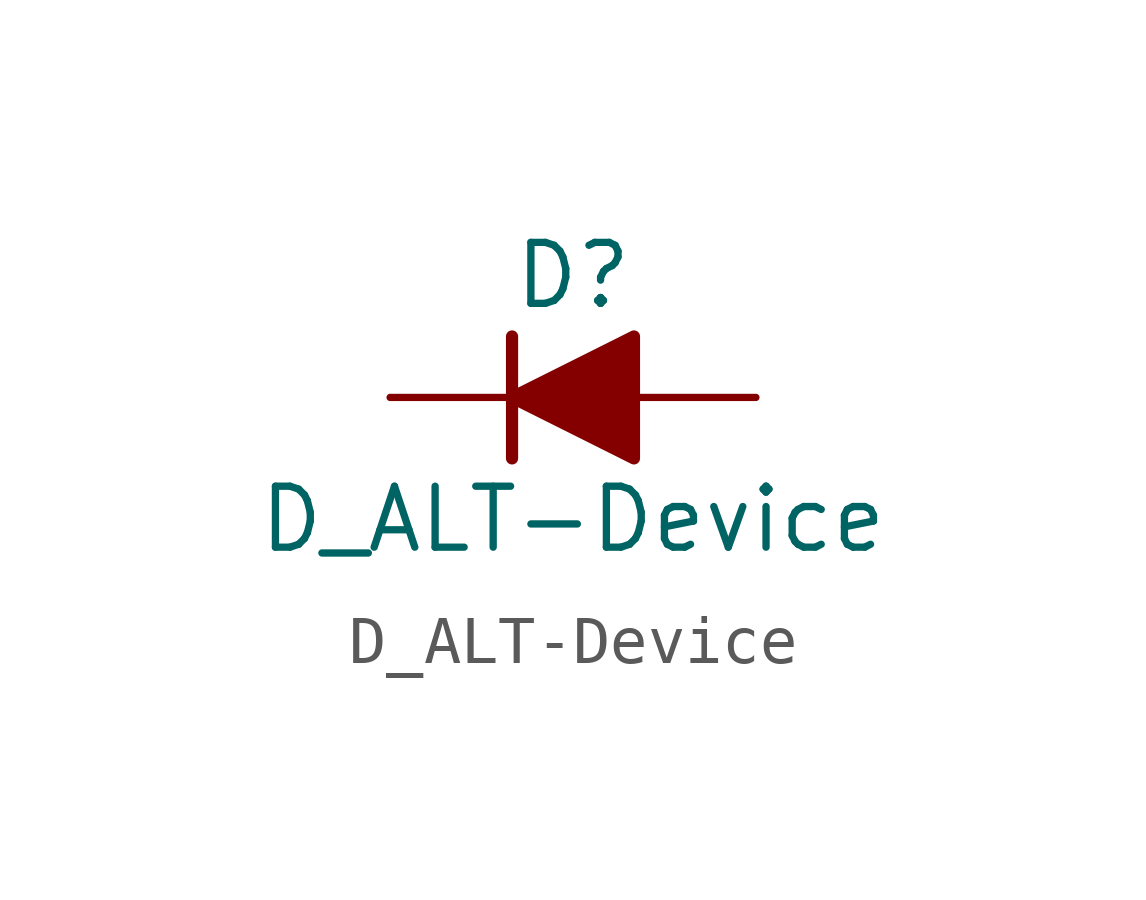
<source format=kicad_sym>
(kicad_symbol_lib
  (version 20211014)
  (generator kicad_symbol_editor)
  (symbol "D_ALT-Device"
    (pin_numbers hide)
    (pin_names
      (offset 1.016) hide)
    (property "Reference" "D"
      (at 0 2.54 0)
      (effects (font (size 1.27 1.27))))
    (property "Value" "D_ALT-Device"
      (at 0 -2.54 0)
      (effects (font (size 1.27 1.27))))
    (symbol "D_ALT-Device_0_1"
      (polyline (pts (xy -1.27 1.27) (xy -1.27 -1.27)) (stroke (width 0.254) (type default) (color 0 0 0 0)) (fill (type none)))
      (polyline (pts (xy 1.27 0) (xy -1.27 0)) (stroke (width 0) (type default) (color 0 0 0 0)) (fill (type none)))
      (polyline (pts (xy 1.27 1.27) (xy 1.27 -1.27) (xy -1.27 0) (xy 1.27 1.27)) (stroke (width 0.254) (type default) (color 0 0 0 0)) (fill (type outline))))
    (symbol "D_ALT-Device_1_1"
      (pin passive line (at -3.81 0 0) (length 2.54) (name "K" (effects (font (size 1.27 1.27)))) (number "1" (effects (font (size 1.27 1.27)))))
      (pin passive line (at 3.81 0 180) (length 2.54) (name "A" (effects (font (size 1.27 1.27)))) (number "2" (effects (font (size 1.27 1.27))))))))
</source>
